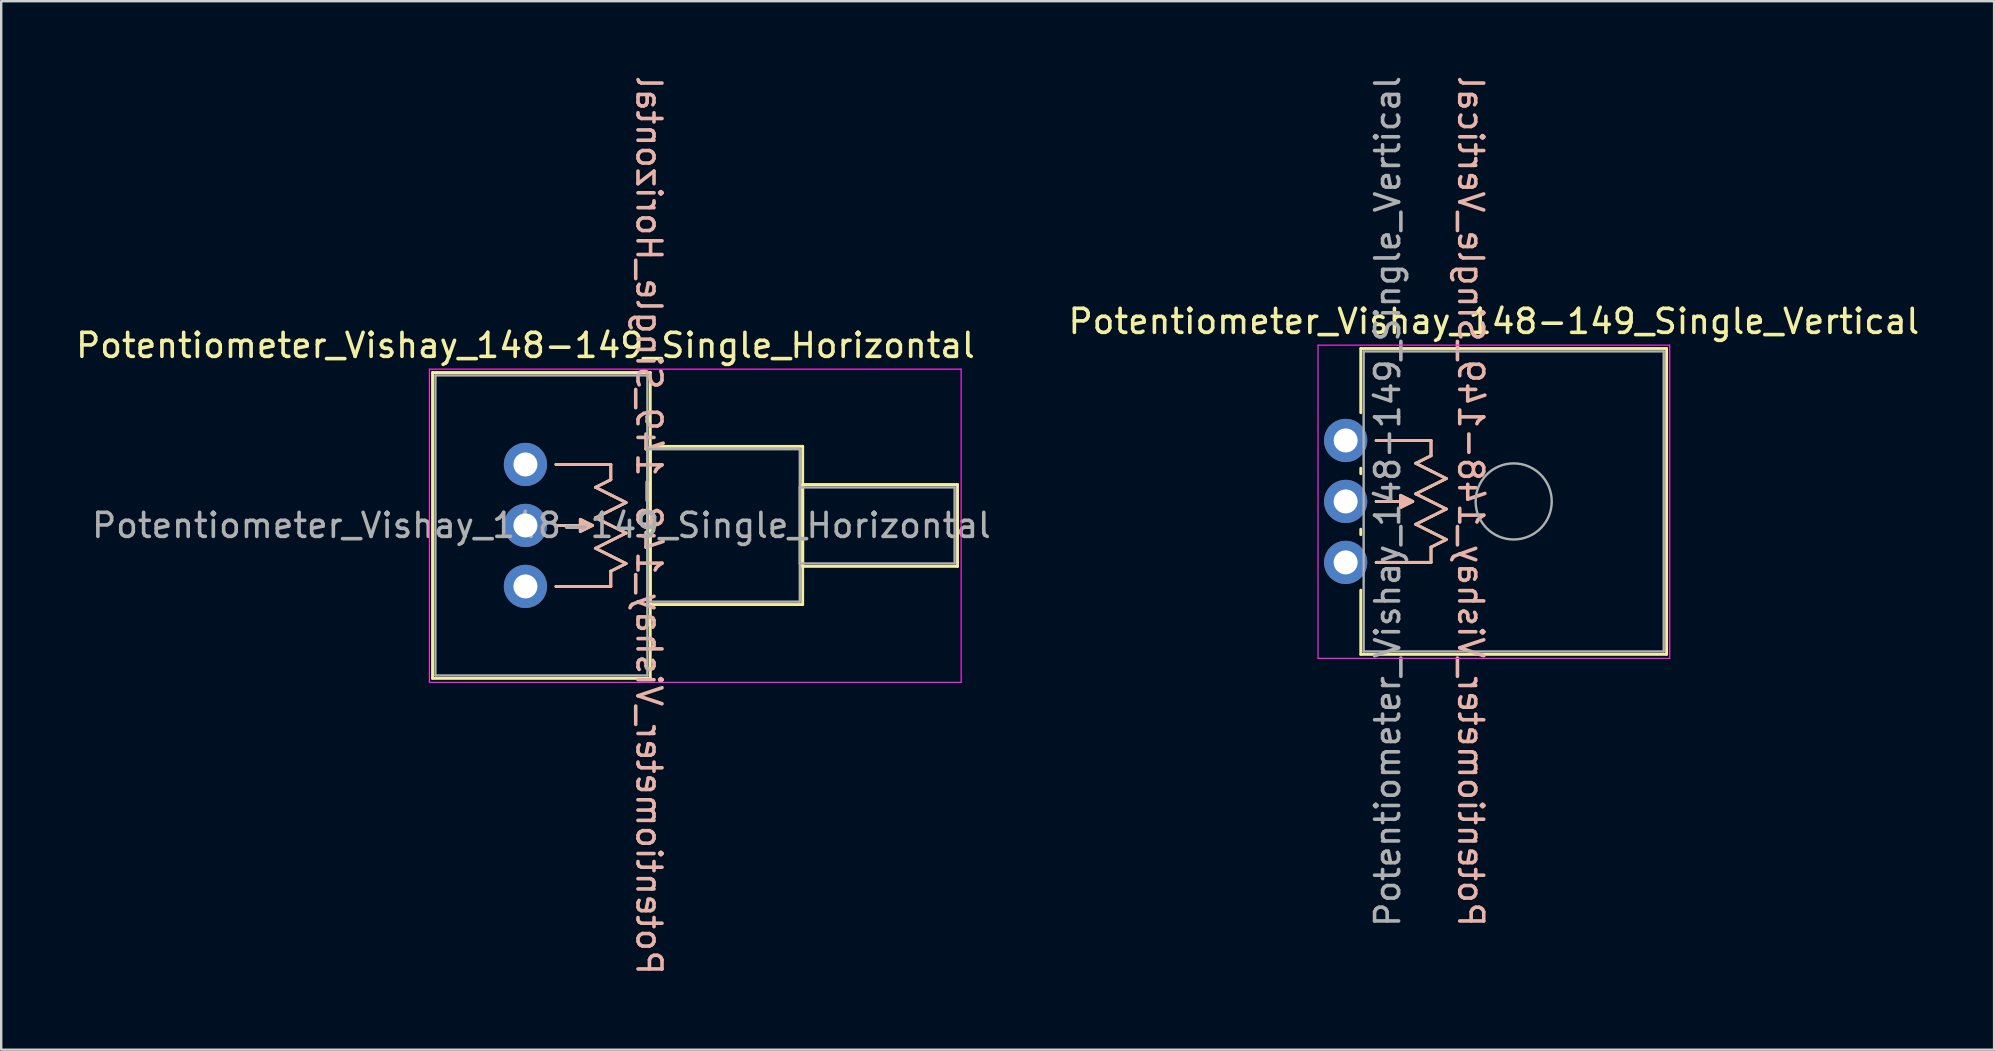
<source format=kicad_pcb>
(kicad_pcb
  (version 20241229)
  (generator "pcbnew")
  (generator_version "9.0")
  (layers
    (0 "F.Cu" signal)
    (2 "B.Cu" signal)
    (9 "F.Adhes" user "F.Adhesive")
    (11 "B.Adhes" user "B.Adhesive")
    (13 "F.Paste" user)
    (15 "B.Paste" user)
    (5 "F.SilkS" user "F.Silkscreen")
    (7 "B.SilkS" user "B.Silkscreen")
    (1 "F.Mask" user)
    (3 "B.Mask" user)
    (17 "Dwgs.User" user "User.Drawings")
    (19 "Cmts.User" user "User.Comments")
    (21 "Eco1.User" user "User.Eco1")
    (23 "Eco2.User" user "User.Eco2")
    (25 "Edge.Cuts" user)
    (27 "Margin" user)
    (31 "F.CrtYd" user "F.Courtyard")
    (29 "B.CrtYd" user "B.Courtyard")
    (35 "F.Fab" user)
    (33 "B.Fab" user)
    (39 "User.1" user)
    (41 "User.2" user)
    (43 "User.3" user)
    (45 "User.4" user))
  (footprint "Potentiometer_Vishay_148-149_Single_Vertical"
    (layer "F.Cu")
    (at 53.008 20.379)
    (property "Reference" "Potentiometer_Vishay_148-149_Single_Vertical" (at 6.175 -10.04 0) (layer "F.SilkS") (effects (font (size 1 1) (thickness 0.15))))
    (attr through_hole)
    (fp_line (start 0.63 -8.91) (end 0.63 -6.235) (stroke (width 0.12) (type solid)) (layer "F.SilkS"))
    (fp_line (start 0.63 -8.91) (end 13.37 -8.91) (stroke (width 0.12) (type solid)) (layer "F.SilkS"))
    (fp_line (start 0.63 -3.925) (end 0.63 -3.695) (stroke (width 0.12) (type solid)) (layer "F.SilkS"))
    (fp_line (start 0.63 -1.384) (end 0.63 -1.155) (stroke (width 0.12) (type solid)) (layer "F.SilkS"))
    (fp_line (start 0.63 1.155) (end 0.63 3.83) (stroke (width 0.12) (type solid)) (layer "F.SilkS"))
    (fp_line (start 0.63 3.83) (end 13.37 3.83) (stroke (width 0.12) (type solid)) (layer "F.SilkS"))
    (fp_line (start 1.27 -5.08) (end 3.556 -5.08) (stroke (width 0.12) (type solid)) (layer "F.SilkS"))
    (fp_line (start 1.27 0) (end 3.556 0) (stroke (width 0.12) (type solid)) (layer "F.SilkS"))
    (fp_line (start 2.794 -2.54) (end 1.27 -2.54) (stroke (width 0.12) (type solid)) (layer "F.SilkS"))
    (fp_line (start 2.921 -4.128) (end 3.556 -3.81) (stroke (width 0.12) (type solid)) (layer "F.SilkS"))
    (fp_line (start 2.921 -2.857) (end 3.556 -2.54) (stroke (width 0.12) (type solid)) (layer "F.SilkS"))
    (fp_line (start 2.921 -1.587) (end 3.556 -1.27) (stroke (width 0.12) (type solid)) (layer "F.SilkS"))
    (fp_line (start 3.556 -5.08) (end 3.556 -4.445) (stroke (width 0.12) (type solid)) (layer "F.SilkS"))
    (fp_line (start 3.556 -4.445) (end 2.921 -4.128) (stroke (width 0.12) (type solid)) (layer "F.SilkS"))
    (fp_line (start 3.556 -3.175) (end 2.921 -2.857) (stroke (width 0.12) (type solid)) (layer "F.SilkS"))
    (fp_line (start 3.556 -3.175) (end 4.191 -3.493) (stroke (width 0.12) (type solid)) (layer "F.SilkS"))
    (fp_line (start 3.556 -1.905) (end 2.921 -1.587) (stroke (width 0.12) (type solid)) (layer "F.SilkS"))
    (fp_line (start 3.556 -1.905) (end 4.191 -2.223) (stroke (width 0.12) (type solid)) (layer "F.SilkS"))
    (fp_line (start 3.556 -0.635) (end 4.191 -0.953) (stroke (width 0.12) (type solid)) (layer "F.SilkS"))
    (fp_line (start 3.556 0) (end 3.556 -0.635) (stroke (width 0.12) (type solid)) (layer "F.SilkS"))
    (fp_line (start 4.191 -3.493) (end 3.556 -3.81) (stroke (width 0.12) (type solid)) (layer "F.SilkS"))
    (fp_line (start 4.191 -2.223) (end 3.556 -2.54) (stroke (width 0.12) (type solid)) (layer "F.SilkS"))
    (fp_line (start 4.191 -0.953) (end 3.556 -1.27) (stroke (width 0.12) (type solid)) (layer "F.SilkS"))
    (fp_line (start 13.37 -8.91) (end 13.37 3.83) (stroke (width 0.12) (type solid)) (layer "F.SilkS"))
    (fp_poly (pts (xy 2.794 -2.54) (xy 2.286 -2.286) (xy 2.286 -2.794)) (stroke (width 0.12) (type solid)) (fill yes) (layer "F.SilkS"))
    (fp_line (start 1.27 -5.08) (end 3.556 -5.08) (stroke (width 0.12) (type solid)) (layer "B.SilkS"))
    (fp_line (start 1.27 -2.54) (end 2.794 -2.54) (stroke (width 0.12) (type solid)) (layer "B.SilkS"))
    (fp_line (start 2.921 -4.128) (end 4.191 -3.493) (stroke (width 0.12) (type solid)) (layer "B.SilkS"))
    (fp_line (start 2.921 -2.857) (end 4.191 -2.223) (stroke (width 0.12) (type solid)) (layer "B.SilkS"))
    (fp_line (start 2.921 -1.587) (end 4.191 -0.953) (stroke (width 0.12) (type solid)) (layer "B.SilkS"))
    (fp_line (start 3.556 -5.08) (end 3.556 -4.445) (stroke (width 0.12) (type solid)) (layer "B.SilkS"))
    (fp_line (start 3.556 -4.445) (end 2.921 -4.128) (stroke (width 0.12) (type solid)) (layer "B.SilkS"))
    (fp_line (start 3.556 -0.635) (end 3.556 0) (stroke (width 0.12) (type solid)) (layer "B.SilkS"))
    (fp_line (start 3.556 0) (end 1.27 0) (stroke (width 0.12) (type solid)) (layer "B.SilkS"))
    (fp_line (start 4.191 -3.493) (end 2.921 -2.857) (stroke (width 0.12) (type solid)) (layer "B.SilkS"))
    (fp_line (start 4.191 -2.223) (end 2.921 -1.587) (stroke (width 0.12) (type solid)) (layer "B.SilkS"))
    (fp_line (start 4.191 -0.953) (end 3.556 -0.635) (stroke (width 0.12) (type solid)) (layer "B.SilkS"))
    (fp_poly (pts (xy 2.794 -2.54) (xy 2.286 -2.286) (xy 2.286 -2.794)) (stroke (width 0.12) (type solid)) (fill yes) (layer "B.SilkS"))
    (fp_line (start -1.15 -9.05) (end -1.15 4) (stroke (width 0.05) (type solid)) (layer "F.CrtYd"))
    (fp_line (start -1.15 4) (end 13.5 4) (stroke (width 0.05) (type solid)) (layer "F.CrtYd"))
    (fp_line (start 13.5 -9.05) (end -1.15 -9.05) (stroke (width 0.05) (type solid)) (layer "F.CrtYd"))
    (fp_line (start 13.5 4) (end 13.5 -9.05) (stroke (width 0.05) (type solid)) (layer "F.CrtYd"))
    (fp_line (start 0.75 -8.79) (end 0.75 3.71) (stroke (width 0.1) (type solid)) (layer "F.Fab"))
    (fp_line (start 0.75 3.71) (end 13.25 3.71) (stroke (width 0.1) (type solid)) (layer "F.Fab"))
    (fp_line (start 13.25 -8.79) (end 0.75 -8.79) (stroke (width 0.1) (type solid)) (layer "F.Fab"))
    (fp_line (start 13.25 3.71) (end 13.25 -8.79) (stroke (width 0.1) (type solid)) (layer "F.Fab"))
    (fp_circle (center 7 -2.54) (end 8.585 -2.54) (stroke (width 0.1) (type solid)) (fill no) (layer "F.Fab"))
    (fp_text user "${REFERENCE}" (at 5.207 -2.54 270) (unlocked yes) (layer "B.SilkS") (effects (font (size 1 1) (thickness 0.15)) (justify mirror)))
    (fp_text user "${REFERENCE}" (at 1.75 -2.54 90) (layer "F.Fab") (effects (font (size 1 1) (thickness 0.15))))
    (pad "1" thru_hole circle (at 0 0) (size 1.8 1.8) (drill 1) (layers "*.Cu" "*.Mask"))
    (pad "2" thru_hole circle (at 0 -2.54) (size 1.8 1.8) (drill 1) (layers "*.Cu" "*.Mask"))
    (pad "3" thru_hole circle (at 0 -5.08) (size 1.8 1.8) (drill 1) (layers "*.Cu" "*.Mask")))
  (footprint "Potentiometer_Vishay_148-149_Single_Horizontal"
    (layer "F.Cu")
    (at 18.839 21.379)
    (property "Reference" "Potentiometer_Vishay_148-149_Single_Horizontal" (at 0 -10.04 0) (layer "F.SilkS") (effects (font (size 1 1) (thickness 0.15))))
    (attr through_hole)
    (fp_line (start -3.87 -8.91) (end -3.87 3.83) (stroke (width 0.12) (type solid)) (layer "F.SilkS"))
    (fp_line (start -3.87 -8.91) (end 5.2 -8.91) (stroke (width 0.12) (type solid)) (layer "F.SilkS"))
    (fp_line (start -3.87 3.83) (end 5.2 3.83) (stroke (width 0.12) (type solid)) (layer "F.SilkS"))
    (fp_line (start 1.27 -5.08) (end 3.556 -5.08) (stroke (width 0.12) (type solid)) (layer "F.SilkS"))
    (fp_line (start 1.27 0) (end 3.556 0) (stroke (width 0.12) (type solid)) (layer "F.SilkS"))
    (fp_line (start 2.794 -2.54) (end 1.27 -2.54) (stroke (width 0.12) (type solid)) (layer "F.SilkS"))
    (fp_line (start 2.921 -4.128) (end 3.556 -3.81) (stroke (width 0.12) (type solid)) (layer "F.SilkS"))
    (fp_line (start 2.921 -2.857) (end 3.556 -2.54) (stroke (width 0.12) (type solid)) (layer "F.SilkS"))
    (fp_line (start 2.921 -1.587) (end 3.556 -1.27) (stroke (width 0.12) (type solid)) (layer "F.SilkS"))
    (fp_line (start 3.556 -5.08) (end 3.556 -4.445) (stroke (width 0.12) (type solid)) (layer "F.SilkS"))
    (fp_line (start 3.556 -4.445) (end 2.921 -4.128) (stroke (width 0.12) (type solid)) (layer "F.SilkS"))
    (fp_line (start 3.556 -3.175) (end 2.921 -2.857) (stroke (width 0.12) (type solid)) (layer "F.SilkS"))
    (fp_line (start 3.556 -3.175) (end 4.191 -3.493) (stroke (width 0.12) (type solid)) (layer "F.SilkS"))
    (fp_line (start 3.556 -1.905) (end 2.921 -1.587) (stroke (width 0.12) (type solid)) (layer "F.SilkS"))
    (fp_line (start 3.556 -1.905) (end 4.191 -2.223) (stroke (width 0.12) (type solid)) (layer "F.SilkS"))
    (fp_line (start 3.556 -0.635) (end 4.191 -0.953) (stroke (width 0.12) (type solid)) (layer "F.SilkS"))
    (fp_line (start 3.556 0) (end 3.556 -0.635) (stroke (width 0.12) (type solid)) (layer "F.SilkS"))
    (fp_line (start 4.191 -3.493) (end 3.556 -3.81) (stroke (width 0.12) (type solid)) (layer "F.SilkS"))
    (fp_line (start 4.191 -2.223) (end 3.556 -2.54) (stroke (width 0.12) (type solid)) (layer "F.SilkS"))
    (fp_line (start 4.191 -0.953) (end 3.556 -1.27) (stroke (width 0.12) (type solid)) (layer "F.SilkS"))
    (fp_line (start 5.2 -8.91) (end 5.2 3.83) (stroke (width 0.12) (type solid)) (layer "F.SilkS"))
    (fp_line (start 5.2 -5.835) (end 5.2 0.755) (stroke (width 0.12) (type solid)) (layer "F.SilkS"))
    (fp_line (start 5.2 -5.835) (end 11.55 -5.835) (stroke (width 0.12) (type solid)) (layer "F.SilkS"))
    (fp_line (start 5.2 0.755) (end 11.55 0.755) (stroke (width 0.12) (type solid)) (layer "F.SilkS"))
    (fp_line (start 11.55 -5.835) (end 11.55 0.755) (stroke (width 0.12) (type solid)) (layer "F.SilkS"))
    (fp_line (start 11.55 -4.244) (end 11.55 -0.835) (stroke (width 0.12) (type solid)) (layer "F.SilkS"))
    (fp_line (start 11.55 -4.244) (end 18 -4.244) (stroke (width 0.12) (type solid)) (layer "F.SilkS"))
    (fp_line (start 11.55 -0.835) (end 18 -0.835) (stroke (width 0.12) (type solid)) (layer "F.SilkS"))
    (fp_line (start 18 -4.244) (end 18 -0.835) (stroke (width 0.12) (type solid)) (layer "F.SilkS"))
    (fp_poly (pts (xy 2.794 -2.54) (xy 2.286 -2.286) (xy 2.286 -2.794)) (stroke (width 0.12) (type solid)) (fill yes) (layer "F.SilkS"))
    (fp_line (start 1.27 -5.08) (end 3.556 -5.08) (stroke (width 0.12) (type solid)) (layer "B.SilkS"))
    (fp_line (start 1.27 -2.54) (end 2.794 -2.54) (stroke (width 0.12) (type solid)) (layer "B.SilkS"))
    (fp_line (start 2.921 -4.128) (end 4.191 -3.493) (stroke (width 0.12) (type solid)) (layer "B.SilkS"))
    (fp_line (start 2.921 -2.857) (end 4.191 -2.223) (stroke (width 0.12) (type solid)) (layer "B.SilkS"))
    (fp_line (start 2.921 -1.587) (end 4.191 -0.953) (stroke (width 0.12) (type solid)) (layer "B.SilkS"))
    (fp_line (start 3.556 -5.08) (end 3.556 -4.445) (stroke (width 0.12) (type solid)) (layer "B.SilkS"))
    (fp_line (start 3.556 -4.445) (end 2.921 -4.128) (stroke (width 0.12) (type solid)) (layer "B.SilkS"))
    (fp_line (start 3.556 -0.635) (end 3.556 0) (stroke (width 0.12) (type solid)) (layer "B.SilkS"))
    (fp_line (start 3.556 0) (end 1.27 0) (stroke (width 0.12) (type solid)) (layer "B.SilkS"))
    (fp_line (start 4.191 -3.493) (end 2.921 -2.857) (stroke (width 0.12) (type solid)) (layer "B.SilkS"))
    (fp_line (start 4.191 -2.223) (end 2.921 -1.587) (stroke (width 0.12) (type solid)) (layer "B.SilkS"))
    (fp_line (start 4.191 -0.953) (end 3.556 -0.635) (stroke (width 0.12) (type solid)) (layer "B.SilkS"))
    (fp_poly (pts (xy 2.794 -2.54) (xy 2.286 -2.286) (xy 2.286 -2.794)) (stroke (width 0.12) (type solid)) (fill yes) (layer "B.SilkS"))
    (fp_line (start -4 -9.05) (end -4 4) (stroke (width 0.05) (type solid)) (layer "F.CrtYd"))
    (fp_line (start -4 4) (end 18.15 4) (stroke (width 0.05) (type solid)) (layer "F.CrtYd"))
    (fp_line (start 18.15 -9.05) (end -4 -9.05) (stroke (width 0.05) (type solid)) (layer "F.CrtYd"))
    (fp_line (start 18.15 4) (end 18.15 -9.05) (stroke (width 0.05) (type solid)) (layer "F.CrtYd"))
    (fp_line (start -3.75 -8.79) (end -3.75 3.71) (stroke (width 0.1) (type solid)) (layer "F.Fab"))
    (fp_line (start -3.75 3.71) (end 5.08 3.71) (stroke (width 0.1) (type solid)) (layer "F.Fab"))
    (fp_line (start 5.08 -8.79) (end -3.75 -8.79) (stroke (width 0.1) (type solid)) (layer "F.Fab"))
    (fp_line (start 5.08 -5.715) (end 5.08 0.635) (stroke (width 0.1) (type solid)) (layer "F.Fab"))
    (fp_line (start 5.08 0.635) (end 11.43 0.635) (stroke (width 0.1) (type solid)) (layer "F.Fab"))
    (fp_line (start 5.08 3.71) (end 5.08 -8.79) (stroke (width 0.1) (type solid)) (layer "F.Fab"))
    (fp_line (start 11.43 -5.715) (end 5.08 -5.715) (stroke (width 0.1) (type solid)) (layer "F.Fab"))
    (fp_line (start 11.43 -4.125) (end 11.43 -0.955) (stroke (width 0.1) (type solid)) (layer "F.Fab"))
    (fp_line (start 11.43 -0.955) (end 17.88 -0.955) (stroke (width 0.1) (type solid)) (layer "F.Fab"))
    (fp_line (start 11.43 0.635) (end 11.43 -5.715) (stroke (width 0.1) (type solid)) (layer "F.Fab"))
    (fp_line (start 17.88 -4.125) (end 11.43 -4.125) (stroke (width 0.1) (type solid)) (layer "F.Fab"))
    (fp_line (start 17.88 -0.955) (end 17.88 -4.125) (stroke (width 0.1) (type solid)) (layer "F.Fab"))
    (fp_text user "${REFERENCE}" (at 5.144 -2.54 270) (unlocked yes) (layer "B.SilkS") (effects (font (size 1 1) (thickness 0.15)) (justify mirror)))
    (fp_text user "${REFERENCE}" (at 0.665 -2.54 0) (layer "F.Fab") (effects (font (size 1 1) (thickness 0.15))))
    (pad "1" thru_hole circle (at 0 0) (size 1.8 1.8) (drill 1) (layers "*.Cu" "*.Mask"))
    (pad "2" thru_hole circle (at 0 -2.54) (size 1.8 1.8) (drill 1) (layers "*.Cu" "*.Mask"))
    (pad "3" thru_hole circle (at 0 -5.08) (size 1.8 1.8) (drill 1) (layers "*.Cu" "*.Mask")))
  (gr_rect
    (start -3 -3)
    (end 80.022 40.679)
    (stroke (width 0.1) (type default))
    (fill no)
    (layer "Edge.Cuts")))
</source>
